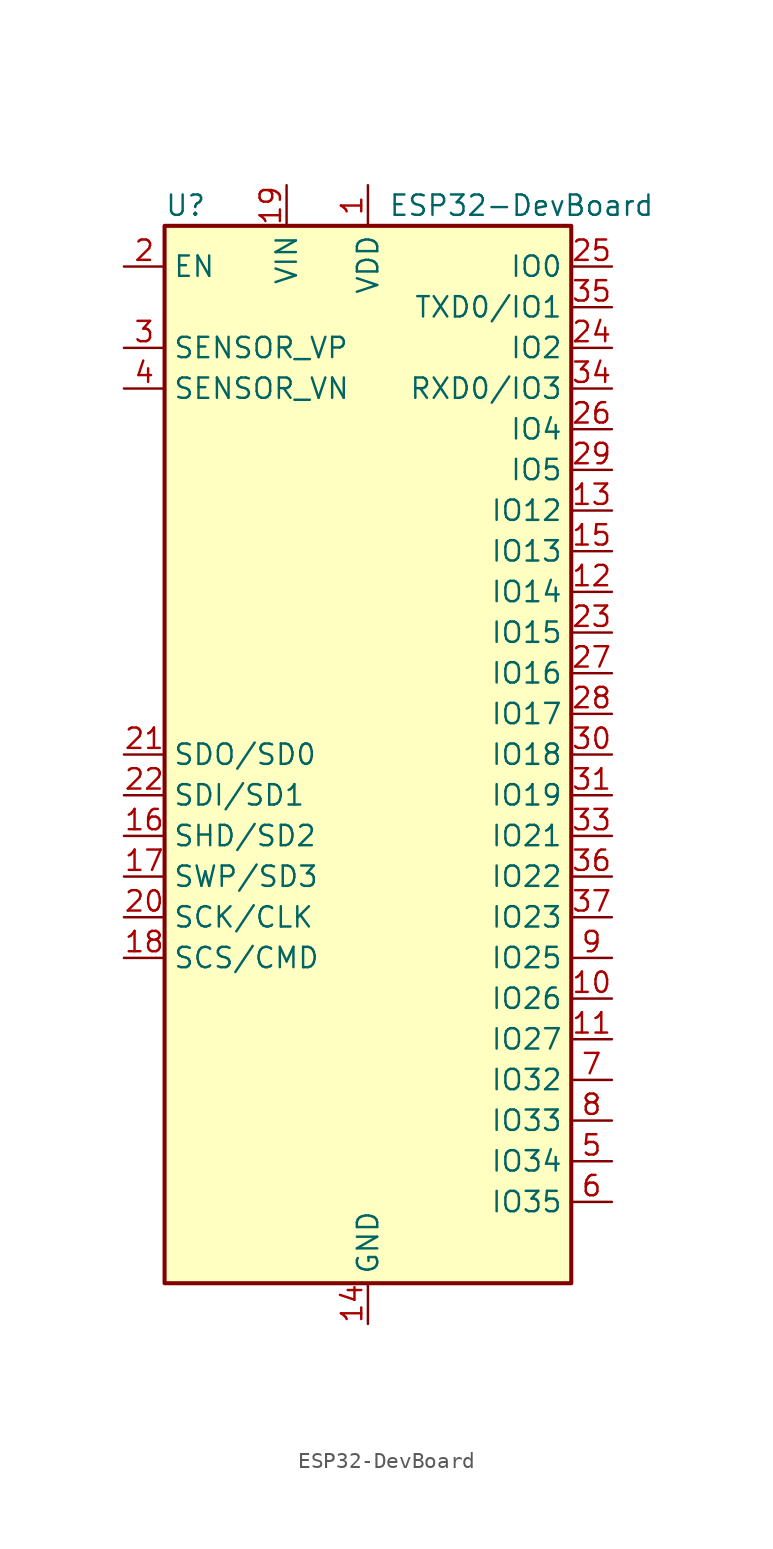
<source format=kicad_sym>
(kicad_symbol_lib
  (version 20211014)
  (generator kicad_symbol_editor)
  (symbol "ESP32-DevBoard"
    (property "Reference" "U"
      (at -12.7 34.29 0)
      (effects (font (size 1.27 1.27)) (justify left)))
    (property "Value" "ESP32-DevBoard"
      (at 1.27 34.29 0)
      (effects (font (size 1.27 1.27)) (justify left)))
    (symbol "ESP32-DevBoard_0_1"
      (rectangle (start -12.7 33.02) (end 12.7 -33.02) (stroke (width 0.254) (type default) (color 0 0 0 0)) (fill (type background))))
    (symbol "ESP32-DevBoard_1_1"
      (pin power_in line (at 0 35.56 270) (length 2.54) (name "VDD" (effects (font (size 1.27 1.27)))) (number "1" (effects (font (size 1.27 1.27)))))
      (pin bidirectional line (at 15.24 -15.24 180) (length 2.54) (name "IO26" (effects (font (size 1.27 1.27)))) (number "10" (effects (font (size 1.27 1.27)))))
      (pin bidirectional line (at 15.24 -17.78 180) (length 2.54) (name "IO27" (effects (font (size 1.27 1.27)))) (number "11" (effects (font (size 1.27 1.27)))))
      (pin bidirectional line (at 15.24 10.16 180) (length 2.54) (name "IO14" (effects (font (size 1.27 1.27)))) (number "12" (effects (font (size 1.27 1.27)))))
      (pin bidirectional line (at 15.24 15.24 180) (length 2.54) (name "IO12" (effects (font (size 1.27 1.27)))) (number "13" (effects (font (size 1.27 1.27)))))
      (pin power_in line (at 0 -35.56 90) (length 2.54) (name "GND" (effects (font (size 1.27 1.27)))) (number "14" (effects (font (size 1.27 1.27)))))
      (pin bidirectional line (at 15.24 12.7 180) (length 2.54) (name "IO13" (effects (font (size 1.27 1.27)))) (number "15" (effects (font (size 1.27 1.27)))))
      (pin bidirectional line (at -15.24 -5.08 0) (length 2.54) (name "SHD/SD2" (effects (font (size 1.27 1.27)))) (number "16" (effects (font (size 1.27 1.27)))))
      (pin bidirectional line (at -15.24 -7.62 0) (length 2.54) (name "SWP/SD3" (effects (font (size 1.27 1.27)))) (number "17" (effects (font (size 1.27 1.27)))))
      (pin bidirectional line (at -15.24 -12.7 0) (length 2.54) (name "SCS/CMD" (effects (font (size 1.27 1.27)))) (number "18" (effects (font (size 1.27 1.27)))))
      (pin power_in line (at -5.08 35.56 270) (length 2.54) (name "VIN" (effects (font (size 1.27 1.27)))) (number "19" (effects (font (size 1.27 1.27)))))
      (pin input line (at -15.24 30.48 0) (length 2.54) (name "EN" (effects (font (size 1.27 1.27)))) (number "2" (effects (font (size 1.27 1.27)))))
      (pin bidirectional line (at -15.24 -10.16 0) (length 2.54) (name "SCK/CLK" (effects (font (size 1.27 1.27)))) (number "20" (effects (font (size 1.27 1.27)))))
      (pin bidirectional line (at -15.24 0 0) (length 2.54) (name "SDO/SD0" (effects (font (size 1.27 1.27)))) (number "21" (effects (font (size 1.27 1.27)))))
      (pin bidirectional line (at -15.24 -2.54 0) (length 2.54) (name "SDI/SD1" (effects (font (size 1.27 1.27)))) (number "22" (effects (font (size 1.27 1.27)))))
      (pin bidirectional line (at 15.24 7.62 180) (length 2.54) (name "IO15" (effects (font (size 1.27 1.27)))) (number "23" (effects (font (size 1.27 1.27)))))
      (pin bidirectional line (at 15.24 25.4 180) (length 2.54) (name "IO2" (effects (font (size 1.27 1.27)))) (number "24" (effects (font (size 1.27 1.27)))))
      (pin bidirectional line (at 15.24 30.48 180) (length 2.54) (name "IO0" (effects (font (size 1.27 1.27)))) (number "25" (effects (font (size 1.27 1.27)))))
      (pin bidirectional line (at 15.24 20.32 180) (length 2.54) (name "IO4" (effects (font (size 1.27 1.27)))) (number "26" (effects (font (size 1.27 1.27)))))
      (pin bidirectional line (at 15.24 5.08 180) (length 2.54) (name "IO16" (effects (font (size 1.27 1.27)))) (number "27" (effects (font (size 1.27 1.27)))))
      (pin bidirectional line (at 15.24 2.54 180) (length 2.54) (name "IO17" (effects (font (size 1.27 1.27)))) (number "28" (effects (font (size 1.27 1.27)))))
      (pin bidirectional line (at 15.24 17.78 180) (length 2.54) (name "IO5" (effects (font (size 1.27 1.27)))) (number "29" (effects (font (size 1.27 1.27)))))
      (pin input line (at -15.24 25.4 0) (length 2.54) (name "SENSOR_VP" (effects (font (size 1.27 1.27)))) (number "3" (effects (font (size 1.27 1.27)))))
      (pin bidirectional line (at 15.24 0 180) (length 2.54) (name "IO18" (effects (font (size 1.27 1.27)))) (number "30" (effects (font (size 1.27 1.27)))))
      (pin bidirectional line (at 15.24 -2.54 180) (length 2.54) (name "IO19" (effects (font (size 1.27 1.27)))) (number "31" (effects (font (size 1.27 1.27)))))
      (pin passive line (at 0 -35.56 90) (length 2.54) hide (name "GND" (effects (font (size 1.27 1.27)))) (number "32" (effects (font (size 1.27 1.27)))))
      (pin bidirectional line (at 15.24 -5.08 180) (length 2.54) (name "IO21" (effects (font (size 1.27 1.27)))) (number "33" (effects (font (size 1.27 1.27)))))
      (pin bidirectional line (at 15.24 22.86 180) (length 2.54) (name "RXD0/IO3" (effects (font (size 1.27 1.27)))) (number "34" (effects (font (size 1.27 1.27)))))
      (pin bidirectional line (at 15.24 27.94 180) (length 2.54) (name "TXD0/IO1" (effects (font (size 1.27 1.27)))) (number "35" (effects (font (size 1.27 1.27)))))
      (pin bidirectional line (at 15.24 -7.62 180) (length 2.54) (name "IO22" (effects (font (size 1.27 1.27)))) (number "36" (effects (font (size 1.27 1.27)))))
      (pin bidirectional line (at 15.24 -10.16 180) (length 2.54) (name "IO23" (effects (font (size 1.27 1.27)))) (number "37" (effects (font (size 1.27 1.27)))))
      (pin passive line (at 0 -35.56 90) (length 2.54) hide (name "GND" (effects (font (size 1.27 1.27)))) (number "38" (effects (font (size 1.27 1.27)))))
      (pin input line (at -15.24 22.86 0) (length 2.54) (name "SENSOR_VN" (effects (font (size 1.27 1.27)))) (number "4" (effects (font (size 1.27 1.27)))))
      (pin input line (at 15.24 -25.4 180) (length 2.54) (name "IO34" (effects (font (size 1.27 1.27)))) (number "5" (effects (font (size 1.27 1.27)))))
      (pin input line (at 15.24 -27.94 180) (length 2.54) (name "IO35" (effects (font (size 1.27 1.27)))) (number "6" (effects (font (size 1.27 1.27)))))
      (pin bidirectional line (at 15.24 -20.32 180) (length 2.54) (name "IO32" (effects (font (size 1.27 1.27)))) (number "7" (effects (font (size 1.27 1.27)))))
      (pin bidirectional line (at 15.24 -22.86 180) (length 2.54) (name "IO33" (effects (font (size 1.27 1.27)))) (number "8" (effects (font (size 1.27 1.27)))))
      (pin bidirectional line (at 15.24 -12.7 180) (length 2.54) (name "IO25" (effects (font (size 1.27 1.27)))) (number "9" (effects (font (size 1.27 1.27))))))))
</source>
